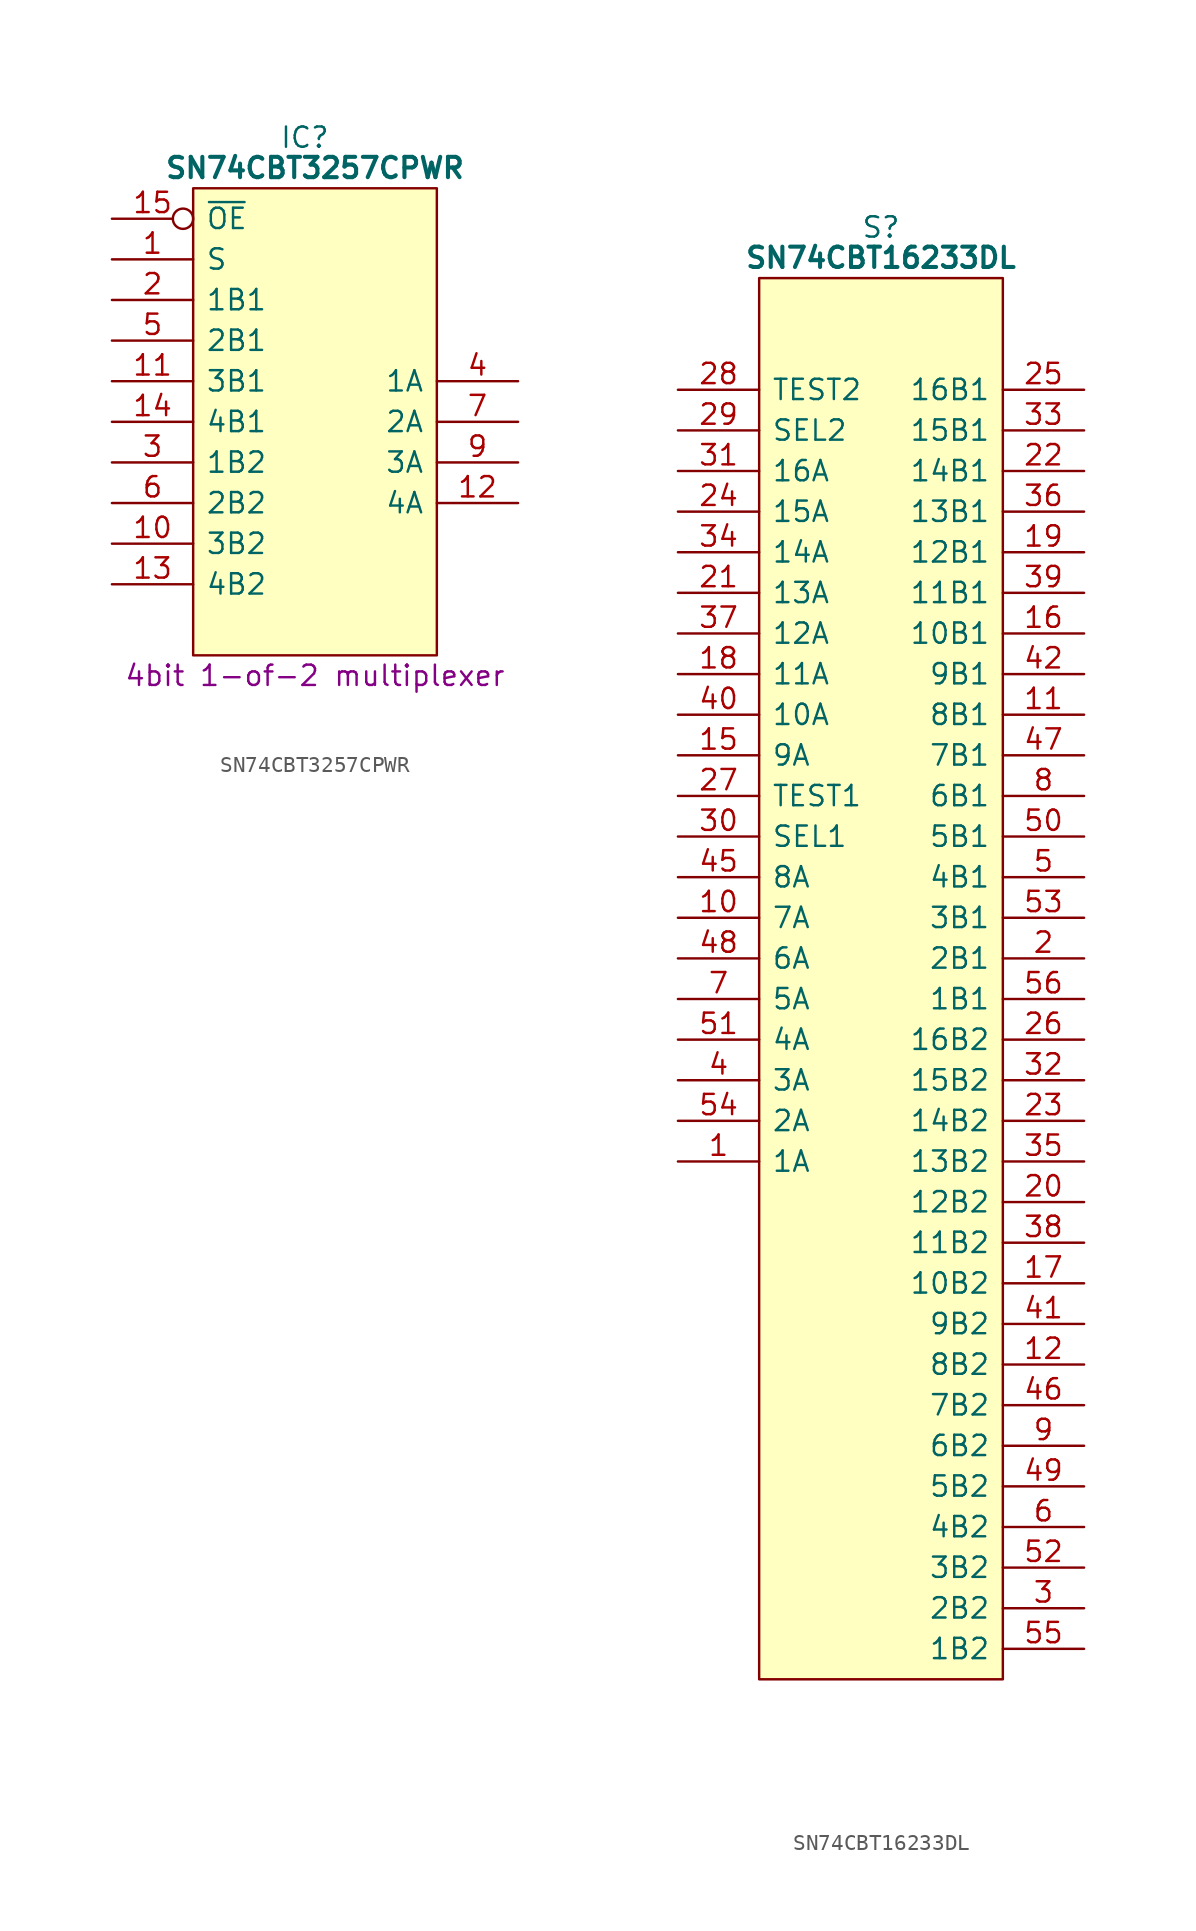
<source format=kicad_sym>
(kicad_symbol_lib
  (version 20241209)
  (generator "kicad_symbol_editor")
  (generator_version "9.0")
  (symbol "SN74CBT3257CPWR"
    (pin_names
      (offset 0.762))
    (property "Reference" "IC"
      (at 12.065 5.08 0)
      (effects (font (size 1.27 1.27))))
    (property "Value" "SN74CBT3257CPWR"
      (at 12.7 3.175 0)
      (effects (font (size 1.27 1.27) (bold yes))))
    (property "Description" "4bit 1-of-2 multiplexer"
      (at 12.7 -28.575 0)
      (effects (font (size 1.27 1.27))))
    (symbol "SN74CBT3257CPWR_0_0"
      (pin input line (at 0 -2.54 0) (length 5.08) (name "S" (effects (font (size 1.27 1.27)))) (number "1" (effects (font (size 1.27 1.27)))))
      (pin passive line (at 0 -25.4 0) (length 5.08) (hide yes) (name "GND" (effects (font (size 1.27 1.27)))) (number "8" (effects (font (size 1.27 1.27))))))
    (symbol "SN74CBT3257CPWR_0_1"
      (polyline (pts (xy 5.08 1.905) (xy 20.32 1.905) (xy 20.32 -27.305) (xy 5.08 -27.305) (xy 5.08 1.905)) (stroke (width 0.152) (type default)) (fill (type background))))
    (symbol "SN74CBT3257CPWR_1_0"
      (pin input inverted (at 0 0 0) (length 5.08) (name "~{OE}" (effects (font (size 1.27 1.27)))) (number "15" (effects (font (size 1.27 1.27)))))
      (pin tri_state line (at 0 -5.08 0) (length 5.08) (name "1B1" (effects (font (size 1.27 1.27)))) (number "2" (effects (font (size 1.27 1.27)))))
      (pin tri_state line (at 0 -7.62 0) (length 5.08) (name "2B1" (effects (font (size 1.27 1.27)))) (number "5" (effects (font (size 1.27 1.27)))))
      (pin tri_state line (at 0 -10.16 0) (length 5.08) (name "3B1" (effects (font (size 1.27 1.27)))) (number "11" (effects (font (size 1.27 1.27)))))
      (pin tri_state line (at 0 -12.7 0) (length 5.08) (name "4B1" (effects (font (size 1.27 1.27)))) (number "14" (effects (font (size 1.27 1.27)))))
      (pin tri_state line (at 0 -15.24 0) (length 5.08) (name "1B2" (effects (font (size 1.27 1.27)))) (number "3" (effects (font (size 1.27 1.27)))))
      (pin tri_state line (at 0 -17.78 0) (length 5.08) (name "2B2" (effects (font (size 1.27 1.27)))) (number "6" (effects (font (size 1.27 1.27)))))
      (pin tri_state line (at 0 -20.32 0) (length 5.08) (name "3B2" (effects (font (size 1.27 1.27)))) (number "10" (effects (font (size 1.27 1.27)))))
      (pin tri_state line (at 0 -22.86 0) (length 5.08) (name "4B2" (effects (font (size 1.27 1.27)))) (number "13" (effects (font (size 1.27 1.27)))))
      (pin passive line (at 25.4 0 180) (length 5.08) (hide yes) (name "5V" (effects (font (size 1.27 1.27)))) (number "16" (effects (font (size 1.27 1.27)))))
      (pin tri_state line (at 25.4 -10.16 180) (length 5.08) (name "1A" (effects (font (size 1.27 1.27)))) (number "4" (effects (font (size 1.27 1.27)))))
      (pin tri_state line (at 25.4 -12.7 180) (length 5.08) (name "2A" (effects (font (size 1.27 1.27)))) (number "7" (effects (font (size 1.27 1.27)))))
      (pin tri_state line (at 25.4 -15.24 180) (length 5.08) (name "3A" (effects (font (size 1.27 1.27)))) (number "9" (effects (font (size 1.27 1.27)))))
      (pin tri_state line (at 25.4 -17.78 180) (length 5.08) (name "4A" (effects (font (size 1.27 1.27)))) (number "12" (effects (font (size 1.27 1.27)))))))
  (symbol "SN74CBT16233DL"
    (pin_names
      (offset 0.762))
    (property "Reference" "S"
      (at 12.7 5.08 0)
      (effects (font (size 1.27 1.27))))
    (property "Value" "SN74CBT16233DL"
      (at 12.7 3.175 0)
      (effects (font (size 1.27 1.27) (bold yes))))
    (symbol "SN74CBT16233DL_0_0"
      (pin input line (at 0 -5.08 0) (length 5.08) (name "TEST2" (effects (font (size 1.27 1.27)))) (number "28" (effects (font (size 1.27 1.27)))))
      (pin input line (at 0 -7.62 0) (length 5.08) (name "SEL2" (effects (font (size 1.27 1.27)))) (number "29" (effects (font (size 1.27 1.27)))))
      (pin tri_state line (at 0 -10.16 0) (length 5.08) (name "16A" (effects (font (size 1.27 1.27)))) (number "31" (effects (font (size 1.27 1.27)))))
      (pin tri_state line (at 0 -12.7 0) (length 5.08) (name "15A" (effects (font (size 1.27 1.27)))) (number "24" (effects (font (size 1.27 1.27)))))
      (pin tri_state line (at 0 -15.24 0) (length 5.08) (name "14A" (effects (font (size 1.27 1.27)))) (number "34" (effects (font (size 1.27 1.27)))))
      (pin tri_state line (at 0 -17.78 0) (length 5.08) (name "13A" (effects (font (size 1.27 1.27)))) (number "21" (effects (font (size 1.27 1.27)))))
      (pin tri_state line (at 0 -20.32 0) (length 5.08) (name "12A" (effects (font (size 1.27 1.27)))) (number "37" (effects (font (size 1.27 1.27)))))
      (pin tri_state line (at 0 -22.86 0) (length 5.08) (name "11A" (effects (font (size 1.27 1.27)))) (number "18" (effects (font (size 1.27 1.27)))))
      (pin tri_state line (at 0 -25.4 0) (length 5.08) (name "10A" (effects (font (size 1.27 1.27)))) (number "40" (effects (font (size 1.27 1.27)))))
      (pin tri_state line (at 0 -27.94 0) (length 5.08) (name "9A" (effects (font (size 1.27 1.27)))) (number "15" (effects (font (size 1.27 1.27)))))
      (pin input line (at 0 -30.48 0) (length 5.08) (name "TEST1" (effects (font (size 1.27 1.27)))) (number "27" (effects (font (size 1.27 1.27)))))
      (pin input line (at 0 -33.02 0) (length 5.08) (name "SEL1" (effects (font (size 1.27 1.27)))) (number "30" (effects (font (size 1.27 1.27)))))
      (pin tri_state line (at 0 -35.56 0) (length 5.08) (name "8A" (effects (font (size 1.27 1.27)))) (number "45" (effects (font (size 1.27 1.27)))))
      (pin tri_state line (at 0 -38.1 0) (length 5.08) (name "7A" (effects (font (size 1.27 1.27)))) (number "10" (effects (font (size 1.27 1.27)))))
      (pin tri_state line (at 0 -40.64 0) (length 5.08) (name "6A" (effects (font (size 1.27 1.27)))) (number "48" (effects (font (size 1.27 1.27)))))
      (pin tri_state line (at 0 -43.18 0) (length 5.08) (name "5A" (effects (font (size 1.27 1.27)))) (number "7" (effects (font (size 1.27 1.27)))))
      (pin tri_state line (at 0 -45.72 0) (length 5.08) (name "4A" (effects (font (size 1.27 1.27)))) (number "51" (effects (font (size 1.27 1.27)))))
      (pin tri_state line (at 0 -48.26 0) (length 5.08) (name "3A" (effects (font (size 1.27 1.27)))) (number "4" (effects (font (size 1.27 1.27)))))
      (pin tri_state line (at 0 -50.8 0) (length 5.08) (name "2A" (effects (font (size 1.27 1.27)))) (number "54" (effects (font (size 1.27 1.27)))))
      (pin tri_state line (at 0 -53.34 0) (length 5.08) (name "1A" (effects (font (size 1.27 1.27)))) (number "1" (effects (font (size 1.27 1.27)))))
      (pin tri_state line (at 25.4 -5.08 180) (length 5.08) (name "16B1" (effects (font (size 1.27 1.27)))) (number "25" (effects (font (size 1.27 1.27)))))
      (pin tri_state line (at 25.4 -7.62 180) (length 5.08) (name "15B1" (effects (font (size 1.27 1.27)))) (number "33" (effects (font (size 1.27 1.27)))))
      (pin tri_state line (at 25.4 -10.16 180) (length 5.08) (name "14B1" (effects (font (size 1.27 1.27)))) (number "22" (effects (font (size 1.27 1.27)))))
      (pin tri_state line (at 25.4 -12.7 180) (length 5.08) (name "13B1" (effects (font (size 1.27 1.27)))) (number "36" (effects (font (size 1.27 1.27)))))
      (pin tri_state line (at 25.4 -15.24 180) (length 5.08) (name "12B1" (effects (font (size 1.27 1.27)))) (number "19" (effects (font (size 1.27 1.27)))))
      (pin tri_state line (at 25.4 -17.78 180) (length 5.08) (name "11B1" (effects (font (size 1.27 1.27)))) (number "39" (effects (font (size 1.27 1.27)))))
      (pin tri_state line (at 25.4 -20.32 180) (length 5.08) (name "10B1" (effects (font (size 1.27 1.27)))) (number "16" (effects (font (size 1.27 1.27)))))
      (pin tri_state line (at 25.4 -22.86 180) (length 5.08) (name "9B1" (effects (font (size 1.27 1.27)))) (number "42" (effects (font (size 1.27 1.27)))))
      (pin tri_state line (at 25.4 -25.4 180) (length 5.08) (name "8B1" (effects (font (size 1.27 1.27)))) (number "11" (effects (font (size 1.27 1.27)))))
      (pin tri_state line (at 25.4 -27.94 180) (length 5.08) (name "7B1" (effects (font (size 1.27 1.27)))) (number "47" (effects (font (size 1.27 1.27)))))
      (pin tri_state line (at 25.4 -30.48 180) (length 5.08) (name "6B1" (effects (font (size 1.27 1.27)))) (number "8" (effects (font (size 1.27 1.27)))))
      (pin tri_state line (at 25.4 -33.02 180) (length 5.08) (name "5B1" (effects (font (size 1.27 1.27)))) (number "50" (effects (font (size 1.27 1.27)))))
      (pin tri_state line (at 25.4 -35.56 180) (length 5.08) (name "4B1" (effects (font (size 1.27 1.27)))) (number "5" (effects (font (size 1.27 1.27)))))
      (pin tri_state line (at 25.4 -38.1 180) (length 5.08) (name "3B1" (effects (font (size 1.27 1.27)))) (number "53" (effects (font (size 1.27 1.27)))))
      (pin tri_state line (at 25.4 -40.64 180) (length 5.08) (name "2B1" (effects (font (size 1.27 1.27)))) (number "2" (effects (font (size 1.27 1.27)))))
      (pin tri_state line (at 25.4 -43.18 180) (length 5.08) (name "1B1" (effects (font (size 1.27 1.27)))) (number "56" (effects (font (size 1.27 1.27)))))
      (pin tri_state line (at 25.4 -45.72 180) (length 5.08) (name "16B2" (effects (font (size 1.27 1.27)))) (number "26" (effects (font (size 1.27 1.27)))))
      (pin tri_state line (at 25.4 -48.26 180) (length 5.08) (name "15B2" (effects (font (size 1.27 1.27)))) (number "32" (effects (font (size 1.27 1.27)))))
      (pin tri_state line (at 25.4 -50.8 180) (length 5.08) (name "14B2" (effects (font (size 1.27 1.27)))) (number "23" (effects (font (size 1.27 1.27)))))
      (pin tri_state line (at 25.4 -53.34 180) (length 5.08) (name "13B2" (effects (font (size 1.27 1.27)))) (number "35" (effects (font (size 1.27 1.27)))))
      (pin tri_state line (at 25.4 -55.88 180) (length 5.08) (name "12B2" (effects (font (size 1.27 1.27)))) (number "20" (effects (font (size 1.27 1.27)))))
      (pin tri_state line (at 25.4 -58.42 180) (length 5.08) (name "11B2" (effects (font (size 1.27 1.27)))) (number "38" (effects (font (size 1.27 1.27)))))
      (pin tri_state line (at 25.4 -60.96 180) (length 5.08) (name "10B2" (effects (font (size 1.27 1.27)))) (number "17" (effects (font (size 1.27 1.27)))))
      (pin tri_state line (at 25.4 -63.5 180) (length 5.08) (name "9B2" (effects (font (size 1.27 1.27)))) (number "41" (effects (font (size 1.27 1.27)))))
      (pin tri_state line (at 25.4 -66.04 180) (length 5.08) (name "8B2" (effects (font (size 1.27 1.27)))) (number "12" (effects (font (size 1.27 1.27)))))
      (pin tri_state line (at 25.4 -68.58 180) (length 5.08) (name "7B2" (effects (font (size 1.27 1.27)))) (number "46" (effects (font (size 1.27 1.27)))))
      (pin tri_state line (at 25.4 -71.12 180) (length 5.08) (name "6B2" (effects (font (size 1.27 1.27)))) (number "9" (effects (font (size 1.27 1.27)))))
      (pin tri_state line (at 25.4 -73.66 180) (length 5.08) (name "5B2" (effects (font (size 1.27 1.27)))) (number "49" (effects (font (size 1.27 1.27)))))
      (pin tri_state line (at 25.4 -76.2 180) (length 5.08) (name "4B2" (effects (font (size 1.27 1.27)))) (number "6" (effects (font (size 1.27 1.27)))))
      (pin tri_state line (at 25.4 -78.74 180) (length 5.08) (name "3B2" (effects (font (size 1.27 1.27)))) (number "52" (effects (font (size 1.27 1.27)))))
      (pin tri_state line (at 25.4 -81.28 180) (length 5.08) (name "2B2" (effects (font (size 1.27 1.27)))) (number "3" (effects (font (size 1.27 1.27)))))
      (pin tri_state line (at 25.4 -83.82 180) (length 5.08) (name "1B2" (effects (font (size 1.27 1.27)))) (number "55" (effects (font (size 1.27 1.27))))))
    (symbol "SN74CBT16233DL_0_1"
      (polyline (pts (xy 5.08 1.905) (xy 20.32 1.905) (xy 20.32 -85.725) (xy 5.08 -85.725) (xy 5.08 1.905)) (stroke (width 0.152) (type default)) (fill (type background))))
    (symbol "SN74CBT16233DL_1_0"
      (pin passive line (at 0 -81.28 0) (length 5.08) (hide yes) (name "GND" (effects (font (size 1.27 1.27)))) (number "13" (effects (font (size 1.27 1.27)))))
      (pin passive line (at 0 -83.82 0) (length 5.08) (hide yes) (name "GND" (effects (font (size 1.27 1.27)))) (number "44" (effects (font (size 1.27 1.27)))))
      (pin passive line (at 25.4 0 180) (length 5.08) (hide yes) (name "5V" (effects (font (size 1.27 1.27)))) (number "14" (effects (font (size 1.27 1.27)))))
      (pin passive line (at 25.4 -2.54 180) (length 5.08) (hide yes) (name "5V" (effects (font (size 1.27 1.27)))) (number "43" (effects (font (size 1.27 1.27))))))))
</source>
